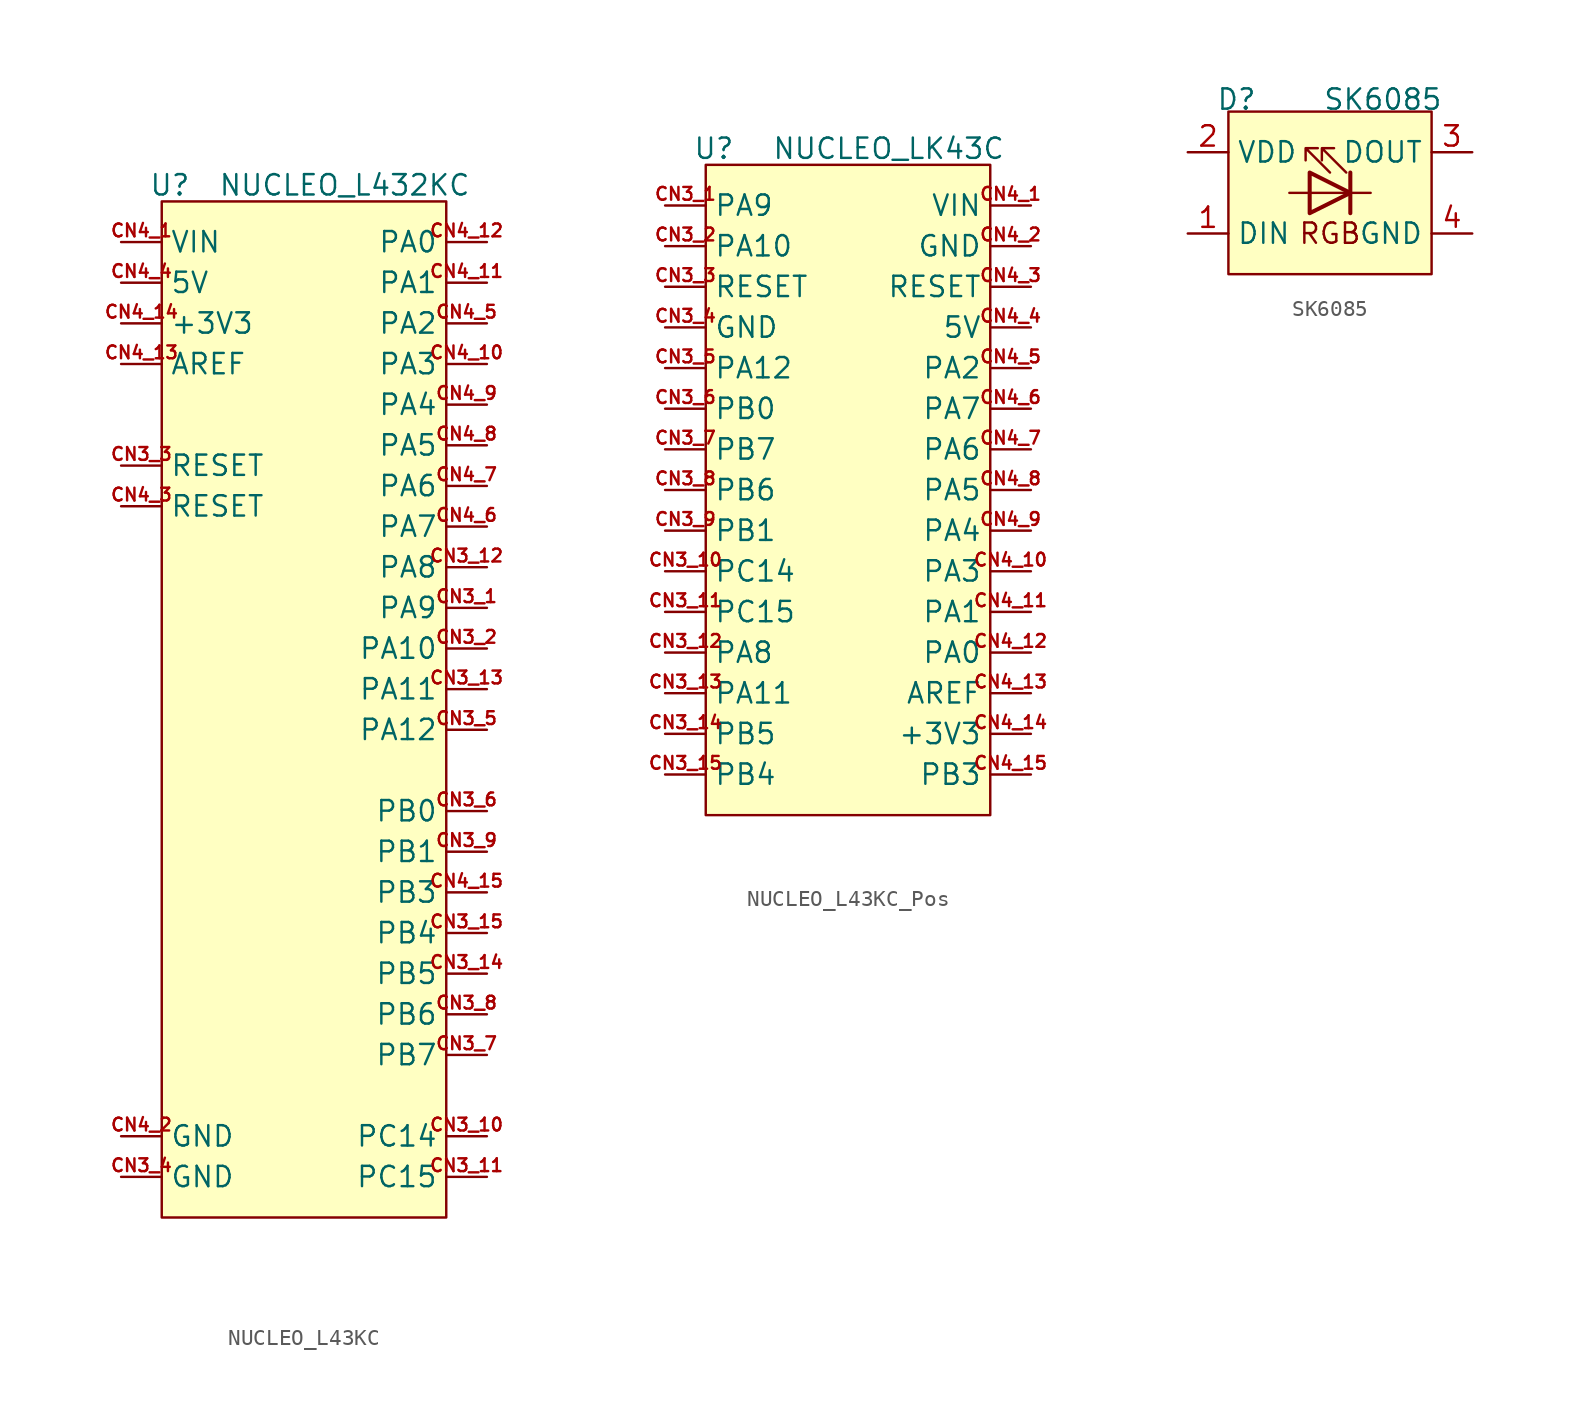
<source format=kicad_sym>
(kicad_symbol_lib
  (version 20231120)
  (generator "kicad_symbol_editor")
  (generator_version "8.0")
  (symbol "NUCLEO_L43KC"
    (property "Reference" "U"
      (at -8.382 32.766 0)
      (effects (font (size 1.27 1.27))))
    (property "Value" "NUCLEO_L432KC"
      (at 2.54 32.766 0)
      (effects (font (size 1.27 1.27))))
    (symbol "NUCLEO_L43KC_1_0"
      (pin unspecified line (at 11.43 6.35 180) (length 2.54) (name "PA9" (effects (font (size 1.27 1.27)))) (number "CN3_1" (effects (font (size 0.8 0.8)))))
      (pin unspecified line (at 11.43 -26.67 180) (length 2.54) (name "PC14" (effects (font (size 1.27 1.27)))) (number "CN3_10" (effects (font (size 0.8 0.8)))))
      (pin unspecified line (at 11.43 -29.21 180) (length 2.54) (name "PC15" (effects (font (size 1.27 1.27)))) (number "CN3_11" (effects (font (size 0.8 0.8)))))
      (pin unspecified line (at 11.43 8.89 180) (length 2.54) (name "PA8" (effects (font (size 1.27 1.27)))) (number "CN3_12" (effects (font (size 0.8 0.8)))))
      (pin unspecified line (at 11.43 1.27 180) (length 2.54) (name "PA11" (effects (font (size 1.27 1.27)))) (number "CN3_13" (effects (font (size 0.8 0.8)))))
      (pin unspecified line (at 11.43 -16.51 180) (length 2.54) (name "PB5" (effects (font (size 1.27 1.27)))) (number "CN3_14" (effects (font (size 0.8 0.8)))))
      (pin unspecified line (at 11.43 -13.97 180) (length 2.54) (name "PB4" (effects (font (size 1.27 1.27)))) (number "CN3_15" (effects (font (size 0.8 0.8)))))
      (pin unspecified line (at 11.43 3.81 180) (length 2.54) (name "PA10" (effects (font (size 1.27 1.27)))) (number "CN3_2" (effects (font (size 0.8 0.8)))))
      (pin unspecified line (at -11.43 15.24 0) (length 2.54) (name "RESET" (effects (font (size 1.27 1.27)))) (number "CN3_3" (effects (font (size 0.8 0.8)))))
      (pin unspecified line (at -11.43 -29.21 0) (length 2.54) (name "GND" (effects (font (size 1.27 1.27)))) (number "CN3_4" (effects (font (size 0.8 0.8)))))
      (pin unspecified line (at 11.43 -1.27 180) (length 2.54) (name "PA12" (effects (font (size 1.27 1.27)))) (number "CN3_5" (effects (font (size 0.8 0.8)))))
      (pin unspecified line (at 11.43 -6.35 180) (length 2.54) (name "PB0" (effects (font (size 1.27 1.27)))) (number "CN3_6" (effects (font (size 0.8 0.8)))))
      (pin unspecified line (at 11.43 -21.59 180) (length 2.54) (name "PB7" (effects (font (size 1.27 1.27)))) (number "CN3_7" (effects (font (size 0.8 0.8)))))
      (pin unspecified line (at 11.43 -19.05 180) (length 2.54) (name "PB6" (effects (font (size 1.27 1.27)))) (number "CN3_8" (effects (font (size 0.8 0.8)))))
      (pin unspecified line (at 11.43 -8.89 180) (length 2.54) (name "PB1" (effects (font (size 1.27 1.27)))) (number "CN3_9" (effects (font (size 0.8 0.8)))))
      (pin unspecified line (at -11.43 29.21 0) (length 2.54) (name "VIN" (effects (font (size 1.27 1.27)))) (number "CN4_1" (effects (font (size 0.8 0.8)))))
      (pin unspecified line (at 11.43 21.59 180) (length 2.54) (name "PA3" (effects (font (size 1.27 1.27)))) (number "CN4_10" (effects (font (size 0.8 0.8)))))
      (pin unspecified line (at 11.43 26.67 180) (length 2.54) (name "PA1" (effects (font (size 1.27 1.27)))) (number "CN4_11" (effects (font (size 0.8 0.8)))))
      (pin unspecified line (at 11.43 29.21 180) (length 2.54) (name "PA0" (effects (font (size 1.27 1.27)))) (number "CN4_12" (effects (font (size 0.8 0.8)))))
      (pin unspecified line (at -11.43 21.59 0) (length 2.54) (name "AREF" (effects (font (size 1.27 1.27)))) (number "CN4_13" (effects (font (size 0.8 0.8)))))
      (pin unspecified line (at -11.43 24.13 0) (length 2.54) (name "+3V3" (effects (font (size 1.27 1.27)))) (number "CN4_14" (effects (font (size 0.8 0.8)))))
      (pin unspecified line (at 11.43 -11.43 180) (length 2.54) (name "PB3" (effects (font (size 1.27 1.27)))) (number "CN4_15" (effects (font (size 0.8 0.8)))))
      (pin unspecified line (at -11.43 -26.67 0) (length 2.54) (name "GND" (effects (font (size 1.27 1.27)))) (number "CN4_2" (effects (font (size 0.8 0.8)))))
      (pin unspecified line (at -11.43 12.7 0) (length 2.54) (name "RESET" (effects (font (size 1.27 1.27)))) (number "CN4_3" (effects (font (size 0.8 0.8)))))
      (pin unspecified line (at -11.43 26.67 0) (length 2.54) (name "5V" (effects (font (size 1.27 1.27)))) (number "CN4_4" (effects (font (size 0.8 0.8)))))
      (pin unspecified line (at 11.43 24.13 180) (length 2.54) (name "PA2" (effects (font (size 1.27 1.27)))) (number "CN4_5" (effects (font (size 0.8 0.8)))))
      (pin unspecified line (at 11.43 11.43 180) (length 2.54) (name "PA7" (effects (font (size 1.27 1.27)))) (number "CN4_6" (effects (font (size 0.8 0.8)))))
      (pin unspecified line (at 11.43 13.97 180) (length 2.54) (name "PA6" (effects (font (size 1.27 1.27)))) (number "CN4_7" (effects (font (size 0.8 0.8)))))
      (pin unspecified line (at 11.43 16.51 180) (length 2.54) (name "PA5" (effects (font (size 1.27 1.27)))) (number "CN4_8" (effects (font (size 0.8 0.8)))))
      (pin unspecified line (at 11.43 19.05 180) (length 2.54) (name "PA4" (effects (font (size 1.27 1.27)))) (number "CN4_9" (effects (font (size 0.8 0.8))))))
    (symbol "NUCLEO_L43KC_1_1"
      (rectangle (start -8.89 31.75) (end 8.89 -31.75) (stroke (width 0) (type default)) (fill (type background)))))
  (symbol "NUCLEO_L43KC_Pos"
    (property "Reference" "U"
      (at -8.382 21.336 0)
      (effects (font (size 1.27 1.27))))
    (property "Value" "NUCLEO_LK43C"
      (at 2.54 21.336 0)
      (effects (font (size 1.27 1.27))))
    (symbol "NUCLEO_L43KC_Pos_1_0"
      (pin unspecified line (at -11.43 17.78 0) (length 2.54) (name "PA9" (effects (font (size 1.27 1.27)))) (number "CN3_1" (effects (font (size 0.8 0.8)))))
      (pin unspecified line (at -11.43 -5.08 0) (length 2.54) (name "PC14" (effects (font (size 1.27 1.27)))) (number "CN3_10" (effects (font (size 0.8 0.8)))))
      (pin unspecified line (at -11.43 -7.62 0) (length 2.54) (name "PC15" (effects (font (size 1.27 1.27)))) (number "CN3_11" (effects (font (size 0.8 0.8)))))
      (pin unspecified line (at -11.43 -10.16 0) (length 2.54) (name "PA8" (effects (font (size 1.27 1.27)))) (number "CN3_12" (effects (font (size 0.8 0.8)))))
      (pin unspecified line (at -11.43 -12.7 0) (length 2.54) (name "PA11" (effects (font (size 1.27 1.27)))) (number "CN3_13" (effects (font (size 0.8 0.8)))))
      (pin unspecified line (at -11.43 -15.24 0) (length 2.54) (name "PB5" (effects (font (size 1.27 1.27)))) (number "CN3_14" (effects (font (size 0.8 0.8)))))
      (pin unspecified line (at -11.43 -17.78 0) (length 2.54) (name "PB4" (effects (font (size 1.27 1.27)))) (number "CN3_15" (effects (font (size 0.8 0.8)))))
      (pin unspecified line (at -11.43 15.24 0) (length 2.54) (name "PA10" (effects (font (size 1.27 1.27)))) (number "CN3_2" (effects (font (size 0.8 0.8)))))
      (pin unspecified line (at -11.43 12.7 0) (length 2.54) (name "RESET" (effects (font (size 1.27 1.27)))) (number "CN3_3" (effects (font (size 0.8 0.8)))))
      (pin unspecified line (at -11.43 10.16 0) (length 2.54) (name "GND" (effects (font (size 1.27 1.27)))) (number "CN3_4" (effects (font (size 0.8 0.8)))))
      (pin unspecified line (at -11.43 7.62 0) (length 2.54) (name "PA12" (effects (font (size 1.27 1.27)))) (number "CN3_5" (effects (font (size 0.8 0.8)))))
      (pin unspecified line (at -11.43 5.08 0) (length 2.54) (name "PB0" (effects (font (size 1.27 1.27)))) (number "CN3_6" (effects (font (size 0.8 0.8)))))
      (pin unspecified line (at -11.43 2.54 0) (length 2.54) (name "PB7" (effects (font (size 1.27 1.27)))) (number "CN3_7" (effects (font (size 0.8 0.8)))))
      (pin unspecified line (at -11.43 0 0) (length 2.54) (name "PB6" (effects (font (size 1.27 1.27)))) (number "CN3_8" (effects (font (size 0.8 0.8)))))
      (pin unspecified line (at -11.43 -2.54 0) (length 2.54) (name "PB1" (effects (font (size 1.27 1.27)))) (number "CN3_9" (effects (font (size 0.8 0.8)))))
      (pin unspecified line (at 11.43 17.78 180) (length 2.54) (name "VIN" (effects (font (size 1.27 1.27)))) (number "CN4_1" (effects (font (size 0.8 0.8)))))
      (pin unspecified line (at 11.43 -5.08 180) (length 2.54) (name "PA3" (effects (font (size 1.27 1.27)))) (number "CN4_10" (effects (font (size 0.8 0.8)))))
      (pin unspecified line (at 11.43 -7.62 180) (length 2.54) (name "PA1" (effects (font (size 1.27 1.27)))) (number "CN4_11" (effects (font (size 0.8 0.8)))))
      (pin unspecified line (at 11.43 -10.16 180) (length 2.54) (name "PA0" (effects (font (size 1.27 1.27)))) (number "CN4_12" (effects (font (size 0.8 0.8)))))
      (pin unspecified line (at 11.43 -12.7 180) (length 2.54) (name "AREF" (effects (font (size 1.27 1.27)))) (number "CN4_13" (effects (font (size 0.8 0.8)))))
      (pin unspecified line (at 11.43 -15.24 180) (length 2.54) (name "+3V3" (effects (font (size 1.27 1.27)))) (number "CN4_14" (effects (font (size 0.8 0.8)))))
      (pin unspecified line (at 11.43 -17.78 180) (length 2.54) (name "PB3" (effects (font (size 1.27 1.27)))) (number "CN4_15" (effects (font (size 0.8 0.8)))))
      (pin unspecified line (at 11.43 15.24 180) (length 2.54) (name "GND" (effects (font (size 1.27 1.27)))) (number "CN4_2" (effects (font (size 0.8 0.8)))))
      (pin unspecified line (at 11.43 12.7 180) (length 2.54) (name "RESET" (effects (font (size 1.27 1.27)))) (number "CN4_3" (effects (font (size 0.8 0.8)))))
      (pin unspecified line (at 11.43 10.16 180) (length 2.54) (name "5V" (effects (font (size 1.27 1.27)))) (number "CN4_4" (effects (font (size 0.8 0.8)))))
      (pin unspecified line (at 11.43 7.62 180) (length 2.54) (name "PA2" (effects (font (size 1.27 1.27)))) (number "CN4_5" (effects (font (size 0.8 0.8)))))
      (pin unspecified line (at 11.43 5.08 180) (length 2.54) (name "PA7" (effects (font (size 1.27 1.27)))) (number "CN4_6" (effects (font (size 0.8 0.8)))))
      (pin unspecified line (at 11.43 2.54 180) (length 2.54) (name "PA6" (effects (font (size 1.27 1.27)))) (number "CN4_7" (effects (font (size 0.8 0.8)))))
      (pin unspecified line (at 11.43 0 180) (length 2.54) (name "PA5" (effects (font (size 1.27 1.27)))) (number "CN4_8" (effects (font (size 0.8 0.8)))))
      (pin unspecified line (at 11.43 -2.54 180) (length 2.54) (name "PA4" (effects (font (size 1.27 1.27)))) (number "CN4_9" (effects (font (size 0.8 0.8))))))
    (symbol "NUCLEO_L43KC_Pos_1_1"
      (rectangle (start -8.89 20.32) (end 8.89 -20.32) (stroke (width 0) (type default)) (fill (type background)))))
  (symbol "SK6085"
    (property "Reference" "D"
      (at -5.842 5.842 0)
      (effects (font (size 1.27 1.27))))
    (property "Value" "SK6085"
      (at 3.302 5.842 0)
      (effects (font (size 1.27 1.27))))
    (symbol "SK6085_0_1"
      (polyline (pts (xy 1.27 0) (xy -1.27 0)) (stroke (width 0) (type default)) (fill (type none)))
      (polyline (pts (xy 1.27 1.27) (xy 1.27 -1.27)) (stroke (width 0.254) (type default)) (fill (type none)))
      (polyline (pts (xy -1.27 1.27) (xy -1.27 -1.27) (xy 1.27 0) (xy -1.27 1.27)) (stroke (width 0.254) (type default)) (fill (type none)))
      (polyline (pts (xy 0 1.27) (xy -1.524 2.794) (xy -0.762 2.794) (xy -1.524 2.794) (xy -1.524 2.032)) (stroke (width 0) (type default)) (fill (type none)))
      (polyline (pts (xy 1.016 1.27) (xy -0.508 2.794) (xy 0.254 2.794) (xy -0.508 2.794) (xy -0.508 2.032)) (stroke (width 0) (type default)) (fill (type none))))
    (symbol "SK6085_1_0"
      (polyline (pts (xy -2.54 0) (xy -1.27 0)) (stroke (width 0) (type default)) (fill (type none)))
      (polyline (pts (xy 1.27 0) (xy 2.54 0)) (stroke (width 0) (type default)) (fill (type none)))
      (text "RGB" (at 0 -2.54 0) (effects (font (size 1.27 1.27)))))
    (symbol "SK6085_1_1"
      (rectangle (start -6.35 5.08) (end 6.35 -5.08) (stroke (width 0) (type default)) (fill (type background)))
      (pin input line (at -8.89 -2.54 0) (length 2.54) (name "DIN" (effects (font (size 1.27 1.27)))) (number "1" (effects (font (size 1.27 1.27)))))
      (pin input line (at -8.89 2.54 0) (length 2.54) (name "VDD" (effects (font (size 1.27 1.27)))) (number "2" (effects (font (size 1.27 1.27)))))
      (pin input line (at 8.89 2.54 180) (length 2.54) (name "DOUT" (effects (font (size 1.27 1.27)))) (number "3" (effects (font (size 1.27 1.27)))))
      (pin input line (at 8.89 -2.54 180) (length 2.54) (name "GND" (effects (font (size 1.27 1.27)))) (number "4" (effects (font (size 1.27 1.27))))))))
</source>
